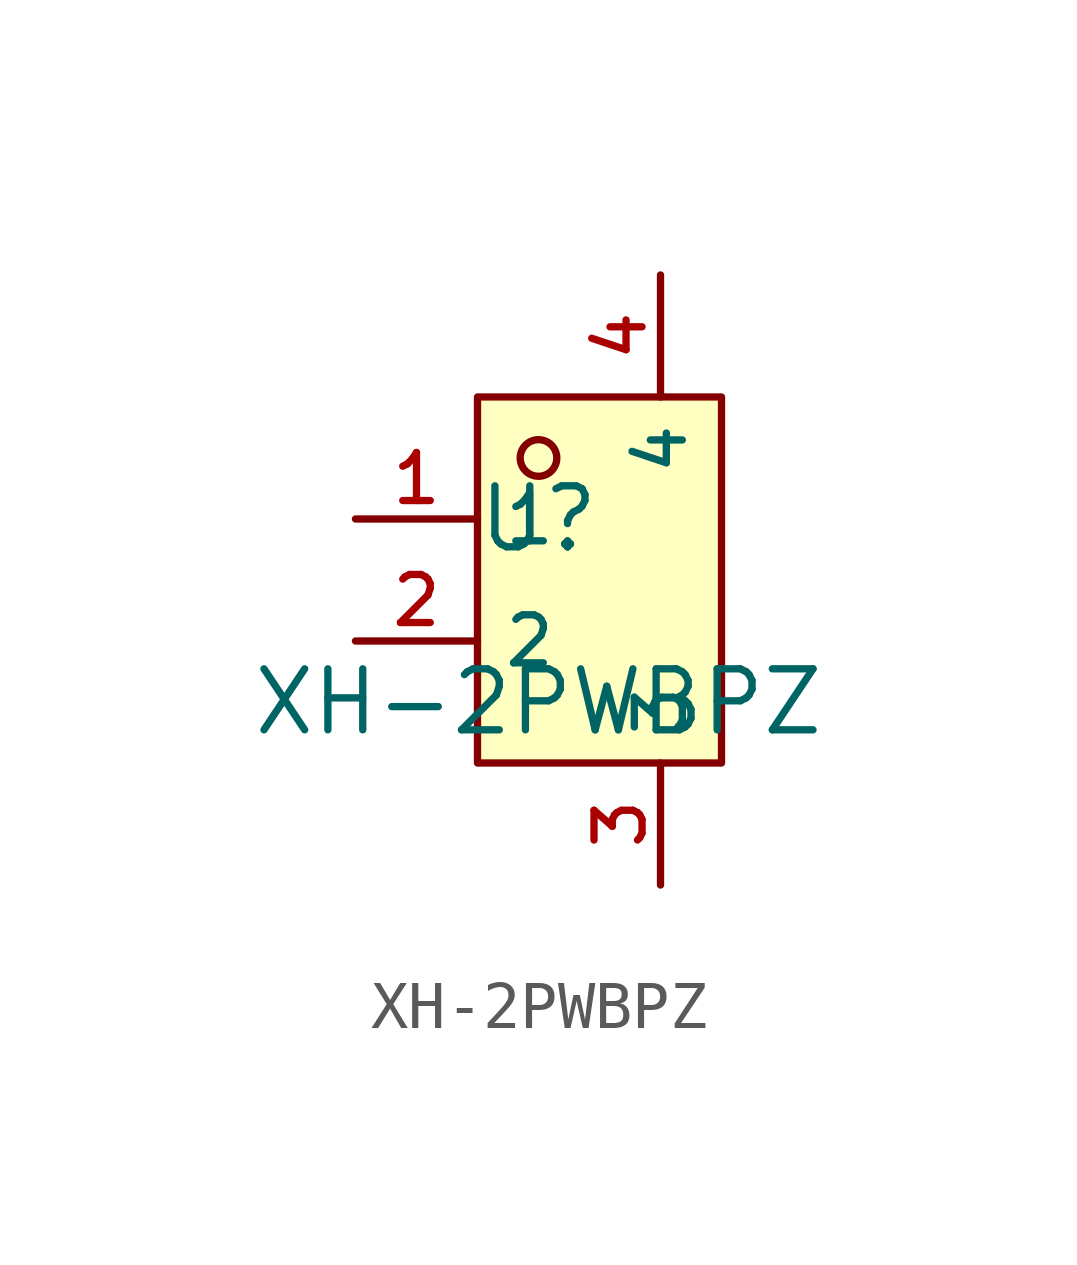
<source format=kicad_sym>
(kicad_symbol_lib
  (version 20210201)
  (generator TousstNicolas/JLC2KiCad_lib)
  (symbol "XH-2PWBPZ"
    (property "Reference" "U"
      (at 0 1.27 0)
      (effects (font (size 1.27 1.27))))
    (property "Value" "XH-2PWBPZ"
      (at 0 -2.54 0)
      (effects (font (size 1.27 1.27))))
    (symbol "XH-2PWBPZ_0_1"
      (rectangle (start -1.27 3.81) (end 3.81 -3.81) (stroke (width 0) (type default) (color 0 0 0 0)) (fill (type background)))
      (circle (center 0.0 2.54) (radius 0.381) (stroke (width 0) (type default) (color 0 0 0 0)) (fill (type background)))
      (pin unspecified line (at -3.81 1.27 0) (length 2.54) (name "1" (effects (font (size 1 1)))) (number "1" (effects (font (size 1 1)))))
      (pin unspecified line (at -3.81 -1.27 0) (length 2.54) (name "2" (effects (font (size 1 1)))) (number "2" (effects (font (size 1 1)))))
      (pin unspecified line (at 2.54 -6.35 90) (length 2.54) (name "3" (effects (font (size 1 1)))) (number "3" (effects (font (size 1 1)))))
      (pin unspecified line (at 2.54 6.35 270) (length 2.54) (name "4" (effects (font (size 1 1)))) (number "4" (effects (font (size 1 1))))))))
</source>
